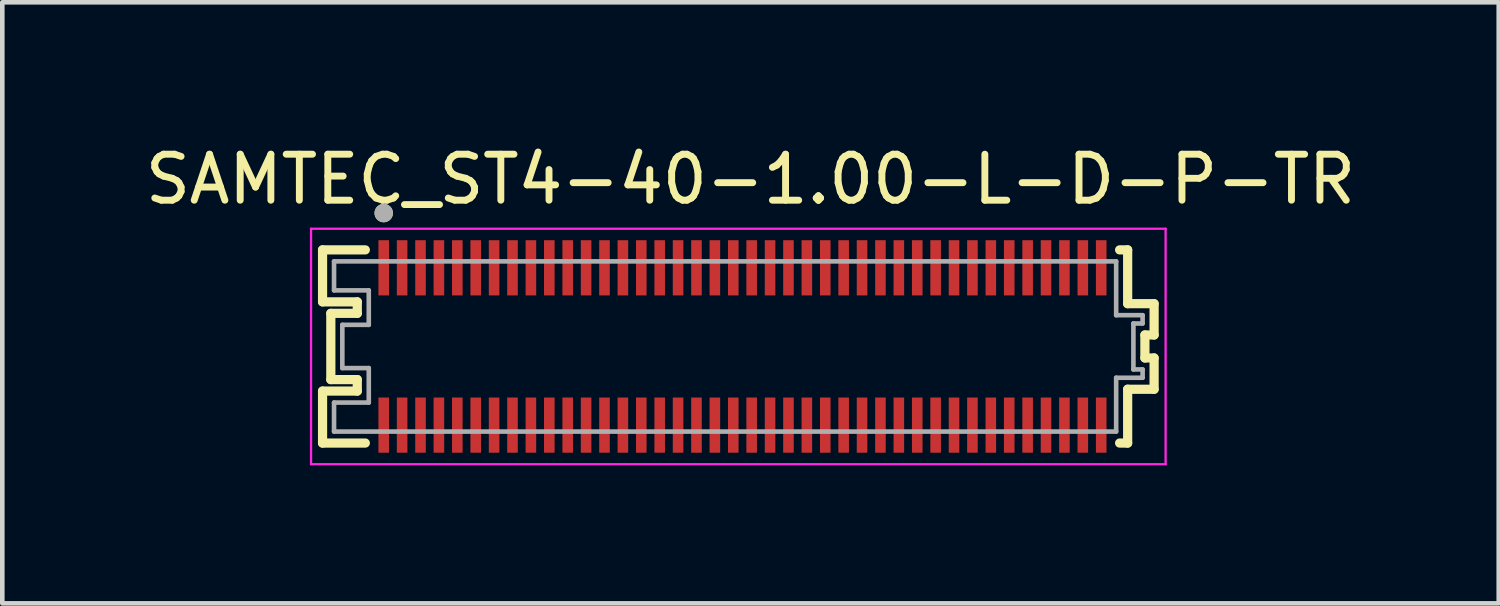
<source format=kicad_pcb>
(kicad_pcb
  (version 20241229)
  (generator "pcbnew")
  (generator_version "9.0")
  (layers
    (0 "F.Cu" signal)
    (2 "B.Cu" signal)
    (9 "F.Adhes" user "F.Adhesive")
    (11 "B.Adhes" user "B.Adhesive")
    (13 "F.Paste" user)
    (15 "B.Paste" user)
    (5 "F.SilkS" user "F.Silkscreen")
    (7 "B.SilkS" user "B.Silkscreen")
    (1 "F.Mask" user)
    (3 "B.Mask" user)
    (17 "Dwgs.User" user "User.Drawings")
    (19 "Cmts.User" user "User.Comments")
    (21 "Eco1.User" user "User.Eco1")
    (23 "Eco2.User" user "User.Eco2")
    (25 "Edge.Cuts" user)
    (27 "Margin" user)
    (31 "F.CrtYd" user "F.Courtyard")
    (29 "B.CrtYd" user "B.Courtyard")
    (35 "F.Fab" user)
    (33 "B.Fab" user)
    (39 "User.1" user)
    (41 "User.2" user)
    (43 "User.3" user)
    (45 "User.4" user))
  (footprint "SAMTEC_ST4-40-1.00-L-D-P-TR"
    (layer "F.Cu")
    (at 13.093 4.483)
    (property "Reference" "SAMTEC_ST4-40-1.00-L-D-P-TR" (at 0.175 -3.635 0) (layer "F.SilkS") (effects (font (size 1 1) (thickness 0.15))))
    (attr smd)
    (fp_line (start -9.13 -2.1) (end -8.2 -2.1) (stroke (width 0.2) (type solid)) (layer "F.SilkS"))
    (fp_line (start -9.13 -0.97) (end -9.13 -2.1) (stroke (width 0.2) (type solid)) (layer "F.SilkS"))
    (fp_line (start -9.13 0.97) (end -8.375 0.97) (stroke (width 0.2) (type solid)) (layer "F.SilkS"))
    (fp_line (start -9.13 2.1) (end -9.13 0.97) (stroke (width 0.2) (type solid)) (layer "F.SilkS"))
    (fp_line (start -8.95 -0.72) (end -8.375 -0.72) (stroke (width 0.2) (type solid)) (layer "F.SilkS"))
    (fp_line (start -8.95 0.72) (end -8.95 -0.72) (stroke (width 0.2) (type solid)) (layer "F.SilkS"))
    (fp_line (start -8.375 -0.97) (end -9.13 -0.97) (stroke (width 0.2) (type solid)) (layer "F.SilkS"))
    (fp_line (start -8.375 -0.72) (end -8.375 -0.97) (stroke (width 0.2) (type solid)) (layer "F.SilkS"))
    (fp_line (start -8.375 0.72) (end -8.95 0.72) (stroke (width 0.2) (type solid)) (layer "F.SilkS"))
    (fp_line (start -8.375 0.97) (end -8.375 0.72) (stroke (width 0.2) (type solid)) (layer "F.SilkS"))
    (fp_line (start -8.2 2.1) (end -9.13 2.1) (stroke (width 0.2) (type solid)) (layer "F.SilkS"))
    (fp_line (start 8.2 -2.1) (end 8.375 -2.1) (stroke (width 0.2) (type solid)) (layer "F.SilkS"))
    (fp_line (start 8.2 2.1) (end 8.375 2.1) (stroke (width 0.2) (type solid)) (layer "F.SilkS"))
    (fp_line (start 8.375 -2.1) (end 8.375 -0.93) (stroke (width 0.2) (type solid)) (layer "F.SilkS"))
    (fp_line (start 8.375 -0.93) (end 8.95 -0.93) (stroke (width 0.2) (type solid)) (layer "F.SilkS"))
    (fp_line (start 8.375 0.93) (end 8.375 2.1) (stroke (width 0.2) (type solid)) (layer "F.SilkS"))
    (fp_line (start 8.75 -0.25) (end 8.75 0.25) (stroke (width 0.2) (type solid)) (layer "F.SilkS"))
    (fp_line (start 8.75 0.25) (end 8.95 0.25) (stroke (width 0.2) (type solid)) (layer "F.SilkS"))
    (fp_line (start 8.95 -0.93) (end 8.95 -0.25) (stroke (width 0.2) (type solid)) (layer "F.SilkS"))
    (fp_line (start 8.95 -0.25) (end 8.75 -0.25) (stroke (width 0.2) (type solid)) (layer "F.SilkS"))
    (fp_line (start 8.95 0.25) (end 8.95 0.93) (stroke (width 0.2) (type solid)) (layer "F.SilkS"))
    (fp_line (start 8.95 0.93) (end 8.375 0.93) (stroke (width 0.2) (type solid)) (layer "F.SilkS"))
    (fp_circle (center -7.8 -2.9) (end -7.7 -2.9) (stroke (width 0.2) (type solid)) (fill no) (layer "F.SilkS"))
    (fp_poly (pts (xy -7.9 -2.31) (xy -7.7 -2.31) (xy -7.7 -1.11) (xy -7.9 -1.11)) (stroke (width 0.01) (type solid)) (fill yes) (layer "F.Paste"))
    (fp_poly (pts (xy -7.9 1.11) (xy -7.7 1.11) (xy -7.7 2.31) (xy -7.9 2.31)) (stroke (width 0.01) (type solid)) (fill yes) (layer "F.Paste"))
    (fp_poly (pts (xy -7.9 1.11) (xy -7.7 1.11) (xy -7.7 2.31) (xy -7.9 2.31)) (stroke (width 0.01) (type solid)) (fill yes) (layer "F.Paste"))
    (fp_poly (pts (xy -7.5 -2.31) (xy -7.3 -2.31) (xy -7.3 -1.11) (xy -7.5 -1.11)) (stroke (width 0.01) (type solid)) (fill yes) (layer "F.Paste"))
    (fp_poly (pts (xy -7.5 1.11) (xy -7.3 1.11) (xy -7.3 2.31) (xy -7.5 2.31)) (stroke (width 0.01) (type solid)) (fill yes) (layer "F.Paste"))
    (fp_poly (pts (xy -7.1 -2.31) (xy -6.9 -2.31) (xy -6.9 -1.11) (xy -7.1 -1.11)) (stroke (width 0.01) (type solid)) (fill yes) (layer "F.Paste"))
    (fp_poly (pts (xy -7.1 1.11) (xy -6.9 1.11) (xy -6.9 2.31) (xy -7.1 2.31)) (stroke (width 0.01) (type solid)) (fill yes) (layer "F.Paste"))
    (fp_poly (pts (xy -6.7 -2.31) (xy -6.5 -2.31) (xy -6.5 -1.11) (xy -6.7 -1.11)) (stroke (width 0.01) (type solid)) (fill yes) (layer "F.Paste"))
    (fp_poly (pts (xy -6.7 1.11) (xy -6.5 1.11) (xy -6.5 2.31) (xy -6.7 2.31)) (stroke (width 0.01) (type solid)) (fill yes) (layer "F.Paste"))
    (fp_poly (pts (xy -6.3 -2.31) (xy -6.1 -2.31) (xy -6.1 -1.11) (xy -6.3 -1.11)) (stroke (width 0.01) (type solid)) (fill yes) (layer "F.Paste"))
    (fp_poly (pts (xy -6.3 1.11) (xy -6.1 1.11) (xy -6.1 2.31) (xy -6.3 2.31)) (stroke (width 0.01) (type solid)) (fill yes) (layer "F.Paste"))
    (fp_poly (pts (xy -6.3 1.11) (xy -6.1 1.11) (xy -6.1 2.31) (xy -6.3 2.31)) (stroke (width 0.01) (type solid)) (fill yes) (layer "F.Paste"))
    (fp_poly (pts (xy -5.9 -2.31) (xy -5.7 -2.31) (xy -5.7 -1.11) (xy -5.9 -1.11)) (stroke (width 0.01) (type solid)) (fill yes) (layer "F.Paste"))
    (fp_poly (pts (xy -5.9 1.11) (xy -5.7 1.11) (xy -5.7 2.31) (xy -5.9 2.31)) (stroke (width 0.01) (type solid)) (fill yes) (layer "F.Paste"))
    (fp_poly (pts (xy -5.5 -2.31) (xy -5.3 -2.31) (xy -5.3 -1.11) (xy -5.5 -1.11)) (stroke (width 0.01) (type solid)) (fill yes) (layer "F.Paste"))
    (fp_poly (pts (xy -5.5 1.11) (xy -5.3 1.11) (xy -5.3 2.31) (xy -5.5 2.31)) (stroke (width 0.01) (type solid)) (fill yes) (layer "F.Paste"))
    (fp_poly (pts (xy -5.1 -2.31) (xy -4.9 -2.31) (xy -4.9 -1.11) (xy -5.1 -1.11)) (stroke (width 0.01) (type solid)) (fill yes) (layer "F.Paste"))
    (fp_poly (pts (xy -5.1 1.11) (xy -4.9 1.11) (xy -4.9 2.31) (xy -5.1 2.31)) (stroke (width 0.01) (type solid)) (fill yes) (layer "F.Paste"))
    (fp_poly (pts (xy -4.7 -2.31) (xy -4.5 -2.31) (xy -4.5 -1.11) (xy -4.7 -1.11)) (stroke (width 0.01) (type solid)) (fill yes) (layer "F.Paste"))
    (fp_poly (pts (xy -4.7 1.11) (xy -4.5 1.11) (xy -4.5 2.31) (xy -4.7 2.31)) (stroke (width 0.01) (type solid)) (fill yes) (layer "F.Paste"))
    (fp_poly (pts (xy -4.3 -2.31) (xy -4.1 -2.31) (xy -4.1 -1.11) (xy -4.3 -1.11)) (stroke (width 0.01) (type solid)) (fill yes) (layer "F.Paste"))
    (fp_poly (pts (xy -4.3 1.11) (xy -4.1 1.11) (xy -4.1 2.31) (xy -4.3 2.31)) (stroke (width 0.01) (type solid)) (fill yes) (layer "F.Paste"))
    (fp_poly (pts (xy -3.9 -2.31) (xy -3.7 -2.31) (xy -3.7 -1.11) (xy -3.9 -1.11)) (stroke (width 0.01) (type solid)) (fill yes) (layer "F.Paste"))
    (fp_poly (pts (xy -3.9 1.11) (xy -3.7 1.11) (xy -3.7 2.31) (xy -3.9 2.31)) (stroke (width 0.01) (type solid)) (fill yes) (layer "F.Paste"))
    (fp_poly (pts (xy -3.5 -2.31) (xy -3.3 -2.31) (xy -3.3 -1.11) (xy -3.5 -1.11)) (stroke (width 0.01) (type solid)) (fill yes) (layer "F.Paste"))
    (fp_poly (pts (xy -3.5 1.11) (xy -3.3 1.11) (xy -3.3 2.31) (xy -3.5 2.31)) (stroke (width 0.01) (type solid)) (fill yes) (layer "F.Paste"))
    (fp_poly (pts (xy -3.1 -2.31) (xy -2.9 -2.31) (xy -2.9 -1.11) (xy -3.1 -1.11)) (stroke (width 0.01) (type solid)) (fill yes) (layer "F.Paste"))
    (fp_poly (pts (xy -3.1 1.11) (xy -2.9 1.11) (xy -2.9 2.31) (xy -3.1 2.31)) (stroke (width 0.01) (type solid)) (fill yes) (layer "F.Paste"))
    (fp_poly (pts (xy -2.7 -2.31) (xy -2.5 -2.31) (xy -2.5 -1.11) (xy -2.7 -1.11)) (stroke (width 0.01) (type solid)) (fill yes) (layer "F.Paste"))
    (fp_poly (pts (xy -2.7 1.11) (xy -2.5 1.11) (xy -2.5 2.31) (xy -2.7 2.31)) (stroke (width 0.01) (type solid)) (fill yes) (layer "F.Paste"))
    (fp_poly (pts (xy -2.7 1.11) (xy -2.5 1.11) (xy -2.5 2.31) (xy -2.7 2.31)) (stroke (width 0.01) (type solid)) (fill yes) (layer "F.Paste"))
    (fp_poly (pts (xy -2.3 -2.31) (xy -2.1 -2.31) (xy -2.1 -1.11) (xy -2.3 -1.11)) (stroke (width 0.01) (type solid)) (fill yes) (layer "F.Paste"))
    (fp_poly (pts (xy -2.3 1.11) (xy -2.1 1.11) (xy -2.1 2.31) (xy -2.3 2.31)) (stroke (width 0.01) (type solid)) (fill yes) (layer "F.Paste"))
    (fp_poly (pts (xy -1.9 -2.31) (xy -1.7 -2.31) (xy -1.7 -1.11) (xy -1.9 -1.11)) (stroke (width 0.01) (type solid)) (fill yes) (layer "F.Paste"))
    (fp_poly (pts (xy -1.9 1.11) (xy -1.7 1.11) (xy -1.7 2.31) (xy -1.9 2.31)) (stroke (width 0.01) (type solid)) (fill yes) (layer "F.Paste"))
    (fp_poly (pts (xy -1.5 -2.31) (xy -1.3 -2.31) (xy -1.3 -1.11) (xy -1.5 -1.11)) (stroke (width 0.01) (type solid)) (fill yes) (layer "F.Paste"))
    (fp_poly (pts (xy -1.5 1.11) (xy -1.3 1.11) (xy -1.3 2.31) (xy -1.5 2.31)) (stroke (width 0.01) (type solid)) (fill yes) (layer "F.Paste"))
    (fp_poly (pts (xy -1.1 -2.31) (xy -0.9 -2.31) (xy -0.9 -1.11) (xy -1.1 -1.11)) (stroke (width 0.01) (type solid)) (fill yes) (layer "F.Paste"))
    (fp_poly (pts (xy -1.1 1.11) (xy -0.9 1.11) (xy -0.9 2.31) (xy -1.1 2.31)) (stroke (width 0.01) (type solid)) (fill yes) (layer "F.Paste"))
    (fp_poly (pts (xy -0.7 -2.31) (xy -0.5 -2.31) (xy -0.5 -1.11) (xy -0.7 -1.11)) (stroke (width 0.01) (type solid)) (fill yes) (layer "F.Paste"))
    (fp_poly (pts (xy -0.7 1.11) (xy -0.5 1.11) (xy -0.5 2.31) (xy -0.7 2.31)) (stroke (width 0.01) (type solid)) (fill yes) (layer "F.Paste"))
    (fp_poly (pts (xy -0.3 -2.31) (xy -0.1 -2.31) (xy -0.1 -1.11) (xy -0.3 -1.11)) (stroke (width 0.01) (type solid)) (fill yes) (layer "F.Paste"))
    (fp_poly (pts (xy -0.3 1.11) (xy -0.1 1.11) (xy -0.1 2.31) (xy -0.3 2.31)) (stroke (width 0.01) (type solid)) (fill yes) (layer "F.Paste"))
    (fp_poly (pts (xy 0.1 -2.31) (xy 0.3 -2.31) (xy 0.3 -1.11) (xy 0.1 -1.11)) (stroke (width 0.01) (type solid)) (fill yes) (layer "F.Paste"))
    (fp_poly (pts (xy 0.1 1.11) (xy 0.3 1.11) (xy 0.3 2.31) (xy 0.1 2.31)) (stroke (width 0.01) (type solid)) (fill yes) (layer "F.Paste"))
    (fp_poly (pts (xy 0.5 -2.31) (xy 0.7 -2.31) (xy 0.7 -1.11) (xy 0.5 -1.11)) (stroke (width 0.01) (type solid)) (fill yes) (layer "F.Paste"))
    (fp_poly (pts (xy 0.5 1.11) (xy 0.7 1.11) (xy 0.7 2.31) (xy 0.5 2.31)) (stroke (width 0.01) (type solid)) (fill yes) (layer "F.Paste"))
    (fp_poly (pts (xy 0.9 -2.31) (xy 1.1 -2.31) (xy 1.1 -1.11) (xy 0.9 -1.11)) (stroke (width 0.01) (type solid)) (fill yes) (layer "F.Paste"))
    (fp_poly (pts (xy 0.9 1.11) (xy 1.1 1.11) (xy 1.1 2.31) (xy 0.9 2.31)) (stroke (width 0.01) (type solid)) (fill yes) (layer "F.Paste"))
    (fp_poly (pts (xy 1.3 -2.31) (xy 1.5 -2.31) (xy 1.5 -1.11) (xy 1.3 -1.11)) (stroke (width 0.01) (type solid)) (fill yes) (layer "F.Paste"))
    (fp_poly (pts (xy 1.3 1.11) (xy 1.5 1.11) (xy 1.5 2.31) (xy 1.3 2.31)) (stroke (width 0.01) (type solid)) (fill yes) (layer "F.Paste"))
    (fp_poly (pts (xy 1.7 -2.31) (xy 1.9 -2.31) (xy 1.9 -1.11) (xy 1.7 -1.11)) (stroke (width 0.01) (type solid)) (fill yes) (layer "F.Paste"))
    (fp_poly (pts (xy 1.7 1.11) (xy 1.9 1.11) (xy 1.9 2.31) (xy 1.7 2.31)) (stroke (width 0.01) (type solid)) (fill yes) (layer "F.Paste"))
    (fp_poly (pts (xy 2.1 -2.31) (xy 2.3 -2.31) (xy 2.3 -1.11) (xy 2.1 -1.11)) (stroke (width 0.01) (type solid)) (fill yes) (layer "F.Paste"))
    (fp_poly (pts (xy 2.1 1.11) (xy 2.3 1.11) (xy 2.3 2.31) (xy 2.1 2.31)) (stroke (width 0.01) (type solid)) (fill yes) (layer "F.Paste"))
    (fp_poly (pts (xy 2.5 -2.31) (xy 2.7 -2.31) (xy 2.7 -1.11) (xy 2.5 -1.11)) (stroke (width 0.01) (type solid)) (fill yes) (layer "F.Paste"))
    (fp_poly (pts (xy 2.5 -2.31) (xy 2.7 -2.31) (xy 2.7 -1.11) (xy 2.5 -1.11)) (stroke (width 0.01) (type solid)) (fill yes) (layer "F.Paste"))
    (fp_poly (pts (xy 2.5 1.11) (xy 2.7 1.11) (xy 2.7 2.31) (xy 2.5 2.31)) (stroke (width 0.01) (type solid)) (fill yes) (layer "F.Paste"))
    (fp_poly (pts (xy 2.9 -2.31) (xy 3.1 -2.31) (xy 3.1 -1.11) (xy 2.9 -1.11)) (stroke (width 0.01) (type solid)) (fill yes) (layer "F.Paste"))
    (fp_poly (pts (xy 2.9 1.11) (xy 3.1 1.11) (xy 3.1 2.31) (xy 2.9 2.31)) (stroke (width 0.01) (type solid)) (fill yes) (layer "F.Paste"))
    (fp_poly (pts (xy 3.3 -2.31) (xy 3.5 -2.31) (xy 3.5 -1.11) (xy 3.3 -1.11)) (stroke (width 0.01) (type solid)) (fill yes) (layer "F.Paste"))
    (fp_poly (pts (xy 3.3 1.11) (xy 3.5 1.11) (xy 3.5 2.31) (xy 3.3 2.31)) (stroke (width 0.01) (type solid)) (fill yes) (layer "F.Paste"))
    (fp_poly (pts (xy 3.7 -2.31) (xy 3.9 -2.31) (xy 3.9 -1.11) (xy 3.7 -1.11)) (stroke (width 0.01) (type solid)) (fill yes) (layer "F.Paste"))
    (fp_poly (pts (xy 3.7 1.11) (xy 3.9 1.11) (xy 3.9 2.31) (xy 3.7 2.31)) (stroke (width 0.01) (type solid)) (fill yes) (layer "F.Paste"))
    (fp_poly (pts (xy 4.1 -2.31) (xy 4.3 -2.31) (xy 4.3 -1.11) (xy 4.1 -1.11)) (stroke (width 0.01) (type solid)) (fill yes) (layer "F.Paste"))
    (fp_poly (pts (xy 4.1 1.11) (xy 4.3 1.11) (xy 4.3 2.31) (xy 4.1 2.31)) (stroke (width 0.01) (type solid)) (fill yes) (layer "F.Paste"))
    (fp_poly (pts (xy 4.5 -2.31) (xy 4.7 -2.31) (xy 4.7 -1.11) (xy 4.5 -1.11)) (stroke (width 0.01) (type solid)) (fill yes) (layer "F.Paste"))
    (fp_poly (pts (xy 4.5 1.11) (xy 4.7 1.11) (xy 4.7 2.31) (xy 4.5 2.31)) (stroke (width 0.01) (type solid)) (fill yes) (layer "F.Paste"))
    (fp_poly (pts (xy 4.9 -2.31) (xy 5.1 -2.31) (xy 5.1 -1.11) (xy 4.9 -1.11)) (stroke (width 0.01) (type solid)) (fill yes) (layer "F.Paste"))
    (fp_poly (pts (xy 4.9 1.11) (xy 5.1 1.11) (xy 5.1 2.31) (xy 4.9 2.31)) (stroke (width 0.01) (type solid)) (fill yes) (layer "F.Paste"))
    (fp_poly (pts (xy 5.3 -2.31) (xy 5.5 -2.31) (xy 5.5 -1.11) (xy 5.3 -1.11)) (stroke (width 0.01) (type solid)) (fill yes) (layer "F.Paste"))
    (fp_poly (pts (xy 5.3 1.11) (xy 5.5 1.11) (xy 5.5 2.31) (xy 5.3 2.31)) (stroke (width 0.01) (type solid)) (fill yes) (layer "F.Paste"))
    (fp_poly (pts (xy 5.7 -2.31) (xy 5.9 -2.31) (xy 5.9 -1.11) (xy 5.7 -1.11)) (stroke (width 0.01) (type solid)) (fill yes) (layer "F.Paste"))
    (fp_poly (pts (xy 5.7 1.11) (xy 5.9 1.11) (xy 5.9 2.31) (xy 5.7 2.31)) (stroke (width 0.01) (type solid)) (fill yes) (layer "F.Paste"))
    (fp_poly (pts (xy 6.1 -2.31) (xy 6.3 -2.31) (xy 6.3 -1.11) (xy 6.1 -1.11)) (stroke (width 0.01) (type solid)) (fill yes) (layer "F.Paste"))
    (fp_poly (pts (xy 6.1 -2.31) (xy 6.3 -2.31) (xy 6.3 -1.11) (xy 6.1 -1.11)) (stroke (width 0.01) (type solid)) (fill yes) (layer "F.Paste"))
    (fp_poly (pts (xy 6.1 1.11) (xy 6.3 1.11) (xy 6.3 2.31) (xy 6.1 2.31)) (stroke (width 0.01) (type solid)) (fill yes) (layer "F.Paste"))
    (fp_poly (pts (xy 6.5 -2.31) (xy 6.7 -2.31) (xy 6.7 -1.11) (xy 6.5 -1.11)) (stroke (width 0.01) (type solid)) (fill yes) (layer "F.Paste"))
    (fp_poly (pts (xy 6.5 1.11) (xy 6.7 1.11) (xy 6.7 2.31) (xy 6.5 2.31)) (stroke (width 0.01) (type solid)) (fill yes) (layer "F.Paste"))
    (fp_poly (pts (xy 6.9 -2.31) (xy 7.1 -2.31) (xy 7.1 -1.11) (xy 6.9 -1.11)) (stroke (width 0.01) (type solid)) (fill yes) (layer "F.Paste"))
    (fp_poly (pts (xy 6.9 1.11) (xy 7.1 1.11) (xy 7.1 2.31) (xy 6.9 2.31)) (stroke (width 0.01) (type solid)) (fill yes) (layer "F.Paste"))
    (fp_poly (pts (xy 7.3 -2.31) (xy 7.5 -2.31) (xy 7.5 -1.11) (xy 7.3 -1.11)) (stroke (width 0.01) (type solid)) (fill yes) (layer "F.Paste"))
    (fp_poly (pts (xy 7.3 1.11) (xy 7.5 1.11) (xy 7.5 2.31) (xy 7.3 2.31)) (stroke (width 0.01) (type solid)) (fill yes) (layer "F.Paste"))
    (fp_poly (pts (xy 7.7 -2.31) (xy 7.9 -2.31) (xy 7.9 -1.11) (xy 7.7 -1.11)) (stroke (width 0.01) (type solid)) (fill yes) (layer "F.Paste"))
    (fp_poly (pts (xy 7.7 -2.31) (xy 7.9 -2.31) (xy 7.9 -1.11) (xy 7.7 -1.11)) (stroke (width 0.01) (type solid)) (fill yes) (layer "F.Paste"))
    (fp_poly (pts (xy 7.7 1.11) (xy 7.9 1.11) (xy 7.9 2.31) (xy 7.7 2.31)) (stroke (width 0.01) (type solid)) (fill yes) (layer "F.Paste"))
    (fp_line (start -9.38 -2.56) (end 9.2 -2.56) (stroke (width 0.05) (type solid)) (layer "F.CrtYd"))
    (fp_line (start -9.38 2.56) (end -9.38 -2.56) (stroke (width 0.05) (type solid)) (layer "F.CrtYd"))
    (fp_line (start 9.2 -2.56) (end 9.2 2.56) (stroke (width 0.05) (type solid)) (layer "F.CrtYd"))
    (fp_line (start 9.2 2.56) (end -9.38 2.56) (stroke (width 0.05) (type solid)) (layer "F.CrtYd"))
    (fp_line (start -8.88 -1.85) (end 8.125 -1.85) (stroke (width 0.1) (type solid)) (layer "F.Fab"))
    (fp_line (start -8.88 -1.22) (end -8.88 -1.85) (stroke (width 0.1) (type solid)) (layer "F.Fab"))
    (fp_line (start -8.88 1.22) (end -8.125 1.22) (stroke (width 0.1) (type solid)) (layer "F.Fab"))
    (fp_line (start -8.88 1.85) (end -8.88 1.22) (stroke (width 0.1) (type solid)) (layer "F.Fab"))
    (fp_line (start -8.7 -0.47) (end -8.125 -0.47) (stroke (width 0.1) (type solid)) (layer "F.Fab"))
    (fp_line (start -8.7 0.47) (end -8.7 -0.47) (stroke (width 0.1) (type solid)) (layer "F.Fab"))
    (fp_line (start -8.125 -1.22) (end -8.88 -1.22) (stroke (width 0.1) (type solid)) (layer "F.Fab"))
    (fp_line (start -8.125 -0.47) (end -8.125 -1.22) (stroke (width 0.1) (type solid)) (layer "F.Fab"))
    (fp_line (start -8.125 0.47) (end -8.7 0.47) (stroke (width 0.1) (type solid)) (layer "F.Fab"))
    (fp_line (start -8.125 1.22) (end -8.125 0.47) (stroke (width 0.1) (type solid)) (layer "F.Fab"))
    (fp_line (start 8.125 -1.85) (end 8.125 -0.68) (stroke (width 0.1) (type solid)) (layer "F.Fab"))
    (fp_line (start 8.125 -0.68) (end 8.7 -0.68) (stroke (width 0.1) (type solid)) (layer "F.Fab"))
    (fp_line (start 8.125 0.68) (end 8.125 1.85) (stroke (width 0.1) (type solid)) (layer "F.Fab"))
    (fp_line (start 8.125 1.85) (end -8.88 1.85) (stroke (width 0.1) (type solid)) (layer "F.Fab"))
    (fp_line (start 8.5 -0.5) (end 8.5 0.5) (stroke (width 0.1) (type solid)) (layer "F.Fab"))
    (fp_line (start 8.5 0.5) (end 8.7 0.5) (stroke (width 0.1) (type solid)) (layer "F.Fab"))
    (fp_line (start 8.7 -0.68) (end 8.7 -0.5) (stroke (width 0.1) (type solid)) (layer "F.Fab"))
    (fp_line (start 8.7 -0.5) (end 8.5 -0.5) (stroke (width 0.1) (type solid)) (layer "F.Fab"))
    (fp_line (start 8.7 0.5) (end 8.7 0.68) (stroke (width 0.1) (type solid)) (layer "F.Fab"))
    (fp_line (start 8.7 0.68) (end 8.125 0.68) (stroke (width 0.1) (type solid)) (layer "F.Fab"))
    (fp_circle (center -7.8 -2.9) (end -7.7 -2.9) (stroke (width 0.2) (type solid)) (fill no) (layer "F.Fab"))
    (pad "01" smd rect (at -7.8 -1.71) (size 0.23 1.2) (layers "F.Cu" "F.Mask"))
    (pad "02" smd rect (at -7.8 1.71) (size 0.23 1.2) (layers "F.Cu" "F.Mask"))
    (pad "03" smd rect (at -7.4 -1.71) (size 0.23 1.2) (layers "F.Cu" "F.Mask"))
    (pad "04" smd rect (at -7.4 1.71) (size 0.23 1.2) (layers "F.Cu" "F.Mask"))
    (pad "05" smd rect (at -7 -1.71) (size 0.23 1.2) (layers "F.Cu" "F.Mask"))
    (pad "06" smd rect (at -7 1.71) (size 0.23 1.2) (layers "F.Cu" "F.Mask"))
    (pad "07" smd rect (at -6.6 -1.71) (size 0.23 1.2) (layers "F.Cu" "F.Mask"))
    (pad "08" smd rect (at -6.6 1.71) (size 0.23 1.2) (layers "F.Cu" "F.Mask"))
    (pad "09" smd rect (at -6.2 -1.71) (size 0.23 1.2) (layers "F.Cu" "F.Mask"))
    (pad "10" smd rect (at -6.2 1.71) (size 0.23 1.2) (layers "F.Cu" "F.Mask"))
    (pad "11" smd rect (at -5.8 -1.71) (size 0.23 1.2) (layers "F.Cu" "F.Mask"))
    (pad "12" smd rect (at -5.8 1.71) (size 0.23 1.2) (layers "F.Cu" "F.Mask"))
    (pad "13" smd rect (at -5.4 -1.71) (size 0.23 1.2) (layers "F.Cu" "F.Mask"))
    (pad "14" smd rect (at -5.4 1.71) (size 0.23 1.2) (layers "F.Cu" "F.Mask"))
    (pad "15" smd rect (at -5 -1.71) (size 0.23 1.2) (layers "F.Cu" "F.Mask"))
    (pad "16" smd rect (at -5 1.71) (size 0.23 1.2) (layers "F.Cu" "F.Mask"))
    (pad "17" smd rect (at -4.6 -1.71) (size 0.23 1.2) (layers "F.Cu" "F.Mask"))
    (pad "18" smd rect (at -4.6 1.71) (size 0.23 1.2) (layers "F.Cu" "F.Mask"))
    (pad "19" smd rect (at -4.2 -1.71) (size 0.23 1.2) (layers "F.Cu" "F.Mask"))
    (pad "20" smd rect (at -4.2 1.71) (size 0.23 1.2) (layers "F.Cu" "F.Mask"))
    (pad "21" smd rect (at -3.8 -1.71) (size 0.23 1.2) (layers "F.Cu" "F.Mask"))
    (pad "22" smd rect (at -3.8 1.71) (size 0.23 1.2) (layers "F.Cu" "F.Mask"))
    (pad "23" smd rect (at -3.4 -1.71) (size 0.23 1.2) (layers "F.Cu" "F.Mask"))
    (pad "24" smd rect (at -3.4 1.71) (size 0.23 1.2) (layers "F.Cu" "F.Mask"))
    (pad "25" smd rect (at -3 -1.71) (size 0.23 1.2) (layers "F.Cu" "F.Mask"))
    (pad "26" smd rect (at -3 1.71) (size 0.23 1.2) (layers "F.Cu" "F.Mask"))
    (pad "27" smd rect (at -2.6 -1.71) (size 0.23 1.2) (layers "F.Cu" "F.Mask"))
    (pad "28" smd rect (at -2.6 1.71) (size 0.23 1.2) (layers "F.Cu" "F.Mask"))
    (pad "29" smd rect (at -2.2 -1.71) (size 0.23 1.2) (layers "F.Cu" "F.Mask"))
    (pad "30" smd rect (at -2.2 1.71) (size 0.23 1.2) (layers "F.Cu" "F.Mask"))
    (pad "31" smd rect (at -1.8 -1.71) (size 0.23 1.2) (layers "F.Cu" "F.Mask"))
    (pad "32" smd rect (at -1.8 1.71) (size 0.23 1.2) (layers "F.Cu" "F.Mask"))
    (pad "33" smd rect (at -1.4 -1.71) (size 0.23 1.2) (layers "F.Cu" "F.Mask"))
    (pad "34" smd rect (at -1.4 1.71) (size 0.23 1.2) (layers "F.Cu" "F.Mask"))
    (pad "35" smd rect (at -1 -1.71) (size 0.23 1.2) (layers "F.Cu" "F.Mask"))
    (pad "36" smd rect (at -1 1.71) (size 0.23 1.2) (layers "F.Cu" "F.Mask"))
    (pad "37" smd rect (at -0.6 -1.71) (size 0.23 1.2) (layers "F.Cu" "F.Mask"))
    (pad "38" smd rect (at -0.6 1.71) (size 0.23 1.2) (layers "F.Cu" "F.Mask"))
    (pad "39" smd rect (at -0.2 -1.71) (size 0.23 1.2) (layers "F.Cu" "F.Mask"))
    (pad "40" smd rect (at -0.2 1.71) (size 0.23 1.2) (layers "F.Cu" "F.Mask"))
    (pad "41" smd rect (at 0.2 -1.71) (size 0.23 1.2) (layers "F.Cu" "F.Mask"))
    (pad "42" smd rect (at 0.2 1.71) (size 0.23 1.2) (layers "F.Cu" "F.Mask"))
    (pad "43" smd rect (at 0.6 -1.71) (size 0.23 1.2) (layers "F.Cu" "F.Mask"))
    (pad "44" smd rect (at 0.6 1.71) (size 0.23 1.2) (layers "F.Cu" "F.Mask"))
    (pad "45" smd rect (at 1 -1.71) (size 0.23 1.2) (layers "F.Cu" "F.Mask"))
    (pad "46" smd rect (at 1 1.71) (size 0.23 1.2) (layers "F.Cu" "F.Mask"))
    (pad "47" smd rect (at 1.4 -1.71) (size 0.23 1.2) (layers "F.Cu" "F.Mask"))
    (pad "48" smd rect (at 1.4 1.71) (size 0.23 1.2) (layers "F.Cu" "F.Mask"))
    (pad "49" smd rect (at 1.8 -1.71) (size 0.23 1.2) (layers "F.Cu" "F.Mask"))
    (pad "50" smd rect (at 1.8 1.71) (size 0.23 1.2) (layers "F.Cu" "F.Mask"))
    (pad "51" smd rect (at 2.2 -1.71) (size 0.23 1.2) (layers "F.Cu" "F.Mask"))
    (pad "52" smd rect (at 2.2 1.71) (size 0.23 1.2) (layers "F.Cu" "F.Mask"))
    (pad "53" smd rect (at 2.6 -1.71) (size 0.23 1.2) (layers "F.Cu" "F.Mask"))
    (pad "54" smd rect (at 2.6 1.71) (size 0.23 1.2) (layers "F.Cu" "F.Mask"))
    (pad "55" smd rect (at 3 -1.71) (size 0.23 1.2) (layers "F.Cu" "F.Mask"))
    (pad "56" smd rect (at 3 1.71) (size 0.23 1.2) (layers "F.Cu" "F.Mask"))
    (pad "57" smd rect (at 3.4 -1.71) (size 0.23 1.2) (layers "F.Cu" "F.Mask"))
    (pad "58" smd rect (at 3.4 1.71) (size 0.23 1.2) (layers "F.Cu" "F.Mask"))
    (pad "59" smd rect (at 3.8 -1.71) (size 0.23 1.2) (layers "F.Cu" "F.Mask"))
    (pad "60" smd rect (at 3.8 1.71) (size 0.23 1.2) (layers "F.Cu" "F.Mask"))
    (pad "61" smd rect (at 4.2 -1.71) (size 0.23 1.2) (layers "F.Cu" "F.Mask"))
    (pad "62" smd rect (at 4.2 1.71) (size 0.23 1.2) (layers "F.Cu" "F.Mask"))
    (pad "63" smd rect (at 4.6 -1.71) (size 0.23 1.2) (layers "F.Cu" "F.Mask"))
    (pad "64" smd rect (at 4.6 1.71) (size 0.23 1.2) (layers "F.Cu" "F.Mask"))
    (pad "65" smd rect (at 5 -1.71) (size 0.23 1.2) (layers "F.Cu" "F.Mask"))
    (pad "66" smd rect (at 5 1.71) (size 0.23 1.2) (layers "F.Cu" "F.Mask"))
    (pad "67" smd rect (at 5.4 -1.71) (size 0.23 1.2) (layers "F.Cu" "F.Mask"))
    (pad "68" smd rect (at 5.4 1.71) (size 0.23 1.2) (layers "F.Cu" "F.Mask"))
    (pad "69" smd rect (at 5.8 -1.71) (size 0.23 1.2) (layers "F.Cu" "F.Mask"))
    (pad "70" smd rect (at 5.8 1.71) (size 0.23 1.2) (layers "F.Cu" "F.Mask"))
    (pad "71" smd rect (at 6.2 -1.71) (size 0.23 1.2) (layers "F.Cu" "F.Mask"))
    (pad "72" smd rect (at 6.2 1.71) (size 0.23 1.2) (layers "F.Cu" "F.Mask"))
    (pad "73" smd rect (at 6.6 -1.71) (size 0.23 1.2) (layers "F.Cu" "F.Mask"))
    (pad "74" smd rect (at 6.6 1.71) (size 0.23 1.2) (layers "F.Cu" "F.Mask"))
    (pad "75" smd rect (at 7 -1.71) (size 0.23 1.2) (layers "F.Cu" "F.Mask"))
    (pad "76" smd rect (at 7 1.71) (size 0.23 1.2) (layers "F.Cu" "F.Mask"))
    (pad "77" smd rect (at 7.4 -1.71) (size 0.23 1.2) (layers "F.Cu" "F.Mask"))
    (pad "78" smd rect (at 7.4 1.71) (size 0.23 1.2) (layers "F.Cu" "F.Mask"))
    (pad "79" smd rect (at 7.8 -1.71) (size 0.23 1.2) (layers "F.Cu" "F.Mask"))
    (pad "80" smd rect (at 7.8 1.71) (size 0.23 1.2) (layers "F.Cu" "F.Mask"))
    (zone (net_name "") (layers "F.Cu" "B.Cu") (hatch full 0.508) (connect_pads) (min_thickness 0.01) (filled_areas_thickness no) (keepout (tracks allowed) (vias not_allowed) (pads allowed) (copperpour allowed) (footprints allowed)) (placement (enabled no)) (fill) (polygon (pts (xy 5.178 3.373) (xy 21.008 3.373) (xy 21.008 5.593) (xy 5.178 5.593)))))
  (gr_rect
    (start -3 -3)
    (end 29.536 10.068)
    (stroke (width 0.1) (type default))
    (fill no)
    (layer "Edge.Cuts")))
</source>
